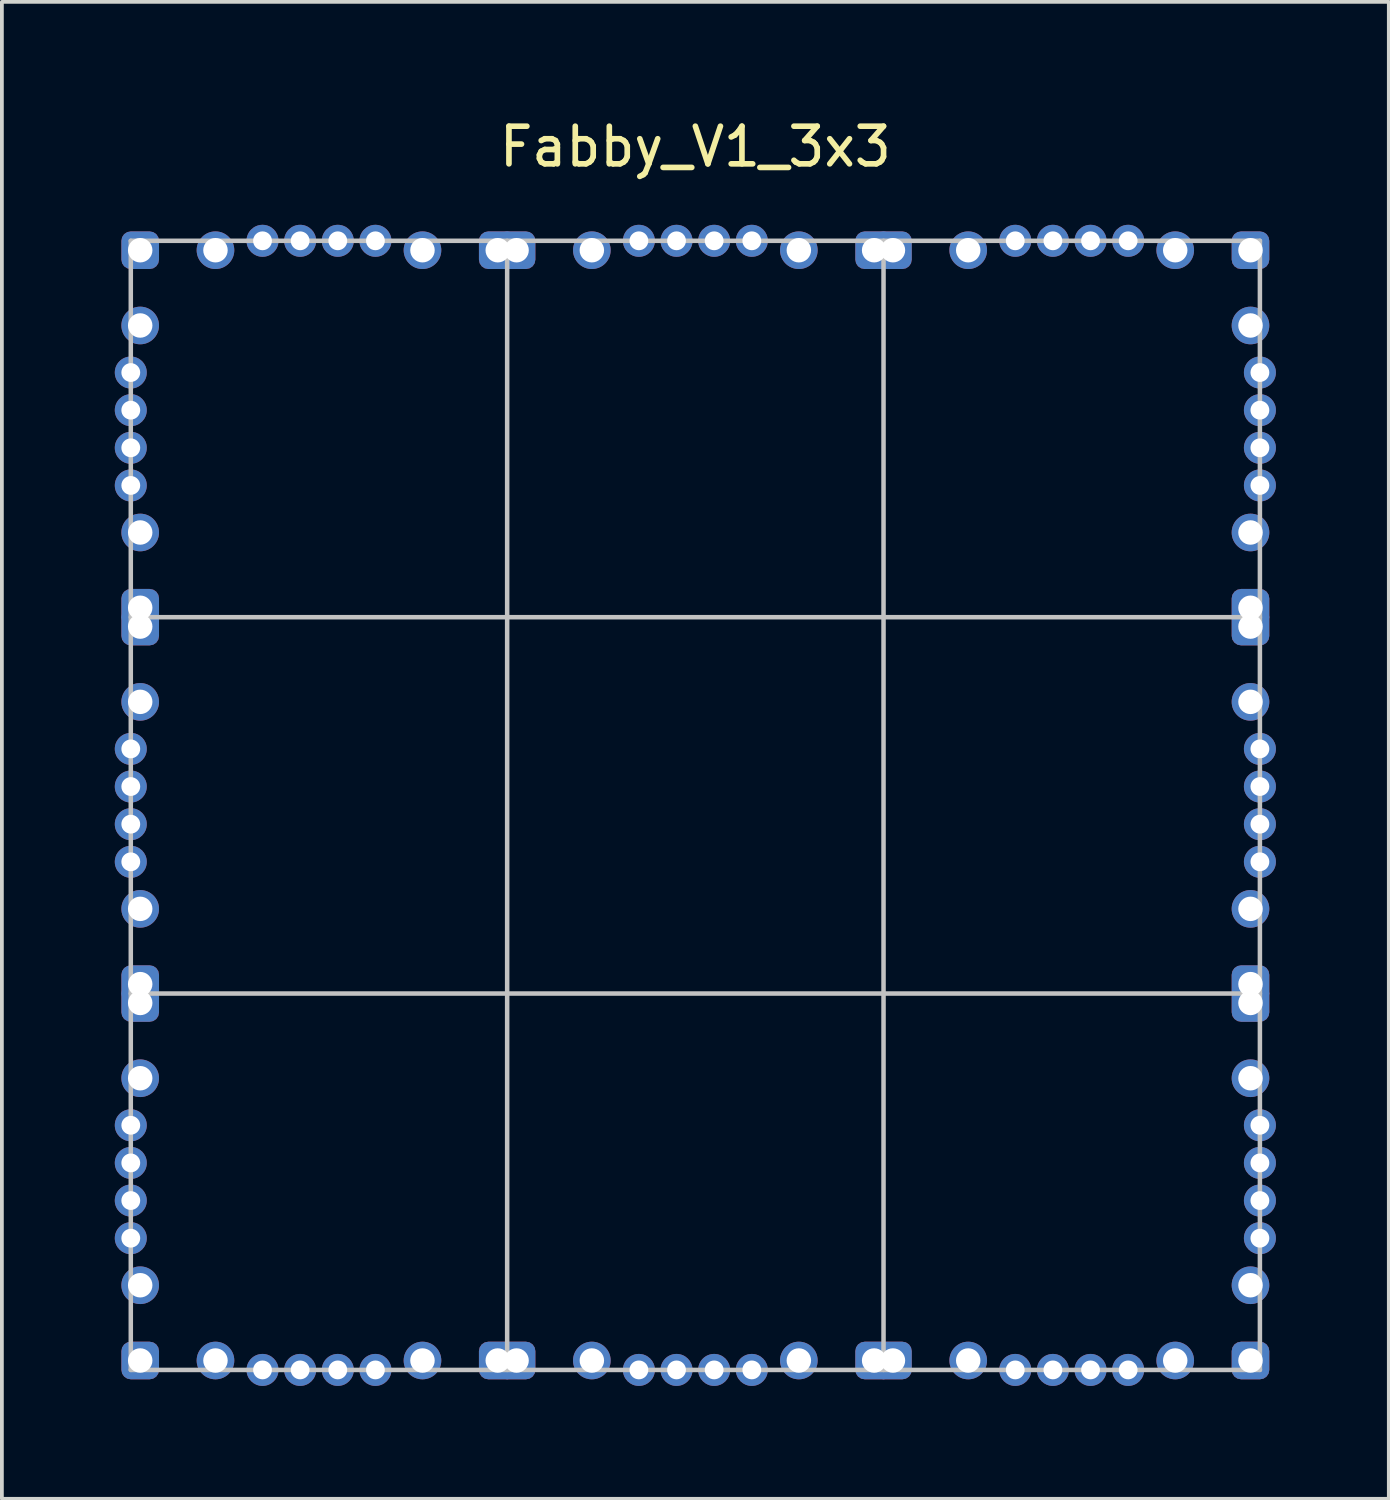
<source format=kicad_pcb>
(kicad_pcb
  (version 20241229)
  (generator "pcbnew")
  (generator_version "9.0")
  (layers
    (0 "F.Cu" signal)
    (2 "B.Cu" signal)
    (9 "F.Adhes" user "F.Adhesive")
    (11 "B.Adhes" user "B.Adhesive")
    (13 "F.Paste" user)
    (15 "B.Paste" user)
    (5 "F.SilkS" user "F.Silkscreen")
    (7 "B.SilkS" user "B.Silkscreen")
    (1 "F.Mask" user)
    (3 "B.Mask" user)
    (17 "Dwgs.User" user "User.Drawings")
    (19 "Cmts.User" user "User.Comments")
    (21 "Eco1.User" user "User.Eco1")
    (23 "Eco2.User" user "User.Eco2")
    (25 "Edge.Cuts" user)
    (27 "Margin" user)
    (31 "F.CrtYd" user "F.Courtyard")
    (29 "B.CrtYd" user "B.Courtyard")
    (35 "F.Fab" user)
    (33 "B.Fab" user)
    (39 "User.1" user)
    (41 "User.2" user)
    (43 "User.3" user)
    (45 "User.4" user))
  (footprint "Fabby_V1_3x3"
    (layer "F.Cu")
    (at 15.425 18.348)
    (property "Reference" "Fabby_V1_3x3" (at 0 -17.5 0) (layer "F.SilkS") (effects (font (size 1 1) (thickness 0.15))))
    (attr through_hole)
    (fp_line (start -15 -15) (end 15 -15) (stroke (width 0.12) (type solid)) (layer "Dwgs.User"))
    (fp_line (start -15 -5) (end 15 -5) (stroke (width 0.12) (type solid)) (layer "Dwgs.User"))
    (fp_line (start -15 5) (end 15 5) (stroke (width 0.12) (type solid)) (layer "Dwgs.User"))
    (fp_line (start -15 15) (end -15 -15) (stroke (width 0.12) (type solid)) (layer "Dwgs.User"))
    (fp_line (start -5 -15) (end -5 15) (stroke (width 0.12) (type solid)) (layer "Dwgs.User"))
    (fp_line (start 5 15) (end 5 -15) (stroke (width 0.12) (type solid)) (layer "Dwgs.User"))
    (fp_line (start 15 -15) (end 15 15) (stroke (width 0.12) (type solid)) (layer "Dwgs.User"))
    (fp_line (start 15 15) (end -15 15) (stroke (width 0.12) (type solid)) (layer "Dwgs.User"))
    (pad "1" thru_hole roundrect (at -14.75 -14.75) (size 1 1) (drill 0.65) (layers "*.Cu" "*.Mask") (roundrect_rratio 0.25))
    (pad "2" thru_hole circle (at -12.75 -14.75) (size 1 1) (drill 0.65) (layers "*.Cu" "*.Mask"))
    (pad "3" thru_hole circle (at -7.25 -14.75 270) (size 1 1) (drill 0.65) (layers "*.Cu" "*.Mask"))
    (pad "4" thru_hole roundrect (at -5.25 -14.75 270) (size 1 1) (drill 0.65) (layers "*.Cu" "*.Mask") (roundrect_rratio 0.25))
    (pad "4" thru_hole roundrect (at -4.75 -14.75) (size 1 1) (drill 0.65) (layers "*.Cu" "*.Mask") (roundrect_rratio 0.25))
    (pad "5" thru_hole circle (at -2.75 -14.75) (size 1 1) (drill 0.65) (layers "*.Cu" "*.Mask"))
    (pad "6" thru_hole circle (at 2.75 -14.75 270) (size 1 1) (drill 0.65) (layers "*.Cu" "*.Mask"))
    (pad "7" thru_hole roundrect (at 4.75 -14.75 270) (size 1 1) (drill 0.65) (layers "*.Cu" "*.Mask") (roundrect_rratio 0.25))
    (pad "7" thru_hole roundrect (at 5.25 -14.75) (size 1 1) (drill 0.65) (layers "*.Cu" "*.Mask") (roundrect_rratio 0.25))
    (pad "8" thru_hole circle (at 7.25 -14.75) (size 1 1) (drill 0.65) (layers "*.Cu" "*.Mask"))
    (pad "9" thru_hole circle (at 12.75 -14.75 270) (size 1 1) (drill 0.65) (layers "*.Cu" "*.Mask"))
    (pad "10" thru_hole roundrect (at 14.75 -14.75 270) (size 1 1) (drill 0.65) (layers "*.Cu" "*.Mask") (roundrect_rratio 0.25))
    (pad "11" thru_hole circle (at 14.75 -12.75 270) (size 1 1) (drill 0.65) (layers "*.Cu" "*.Mask"))
    (pad "12" thru_hole circle (at 14.75 -7.25 90) (size 1 1) (drill 0.65) (layers "*.Cu" "*.Mask"))
    (pad "13" thru_hole roundrect (at 14.75 -5.25 90) (size 1 1) (drill 0.65) (layers "*.Cu" "*.Mask") (roundrect_rratio 0.25))
    (pad "13" thru_hole roundrect (at 14.75 -4.75) (size 1 1) (drill 0.65) (layers "*.Cu" "*.Mask") (roundrect_rratio 0.25))
    (pad "14" thru_hole circle (at 14.75 -2.75) (size 1 1) (drill 0.65) (layers "*.Cu" "*.Mask"))
    (pad "15" thru_hole circle (at 14.75 2.75 90) (size 1 1) (drill 0.65) (layers "*.Cu" "*.Mask"))
    (pad "16" thru_hole roundrect (at 14.75 4.75 90) (size 1 1) (drill 0.65) (layers "*.Cu" "*.Mask") (roundrect_rratio 0.25))
    (pad "16" thru_hole roundrect (at 14.75 5.25) (size 1 1) (drill 0.65) (layers "*.Cu" "*.Mask") (roundrect_rratio 0.25))
    (pad "17" thru_hole circle (at 14.75 7.25) (size 1 1) (drill 0.65) (layers "*.Cu" "*.Mask"))
    (pad "18" thru_hole circle (at 14.75 12.75 180) (size 1 1) (drill 0.65) (layers "*.Cu" "*.Mask"))
    (pad "19" thru_hole roundrect (at 14.75 14.75 180) (size 1 1) (drill 0.65) (layers "*.Cu" "*.Mask") (roundrect_rratio 0.25))
    (pad "20" thru_hole circle (at 12.75 14.75 180) (size 1 1) (drill 0.65) (layers "*.Cu" "*.Mask"))
    (pad "21" thru_hole circle (at 7.25 14.75) (size 1 1) (drill 0.65) (layers "*.Cu" "*.Mask"))
    (pad "22" thru_hole roundrect (at 4.75 14.75 270) (size 1 1) (drill 0.65) (layers "*.Cu" "*.Mask") (roundrect_rratio 0.25))
    (pad "22" thru_hole roundrect (at 5.25 14.75) (size 1 1) (drill 0.65) (layers "*.Cu" "*.Mask") (roundrect_rratio 0.25))
    (pad "23" thru_hole circle (at 2.75 14.75 270) (size 1 1) (drill 0.65) (layers "*.Cu" "*.Mask"))
    (pad "24" thru_hole circle (at -2.75 14.75) (size 1 1) (drill 0.65) (layers "*.Cu" "*.Mask"))
    (pad "25" thru_hole roundrect (at -5.25 14.75 270) (size 1 1) (drill 0.65) (layers "*.Cu" "*.Mask") (roundrect_rratio 0.25))
    (pad "25" thru_hole roundrect (at -4.75 14.75) (size 1 1) (drill 0.65) (layers "*.Cu" "*.Mask") (roundrect_rratio 0.25))
    (pad "26" thru_hole circle (at -7.25 14.75 270) (size 1 1) (drill 0.65) (layers "*.Cu" "*.Mask"))
    (pad "27" thru_hole circle (at -12.75 14.75 90) (size 1 1) (drill 0.65) (layers "*.Cu" "*.Mask"))
    (pad "28" thru_hole roundrect (at -14.75 14.75 90) (size 1 1) (drill 0.65) (layers "*.Cu" "*.Mask") (roundrect_rratio 0.25))
    (pad "29" thru_hole circle (at -14.75 12.75 90) (size 1 1) (drill 0.65) (layers "*.Cu" "*.Mask"))
    (pad "30" thru_hole circle (at -14.75 7.25) (size 1 1) (drill 0.65) (layers "*.Cu" "*.Mask"))
    (pad "31" thru_hole roundrect (at -14.75 4.75 90) (size 1 1) (drill 0.65) (layers "*.Cu" "*.Mask") (roundrect_rratio 0.25))
    (pad "31" thru_hole roundrect (at -14.75 5.25) (size 1 1) (drill 0.65) (layers "*.Cu" "*.Mask") (roundrect_rratio 0.25))
    (pad "32" thru_hole circle (at -14.75 2.75 90) (size 1 1) (drill 0.65) (layers "*.Cu" "*.Mask"))
    (pad "33" thru_hole circle (at -14.75 -2.75) (size 1 1) (drill 0.65) (layers "*.Cu" "*.Mask"))
    (pad "34" thru_hole roundrect (at -14.75 -5.25 90) (size 1 1) (drill 0.65) (layers "*.Cu" "*.Mask") (roundrect_rratio 0.25))
    (pad "34" thru_hole roundrect (at -14.75 -4.75) (size 1 1) (drill 0.65) (layers "*.Cu" "*.Mask") (roundrect_rratio 0.25))
    (pad "35" thru_hole circle (at -14.75 -7.25 90) (size 1 1) (drill 0.65) (layers "*.Cu" "*.Mask"))
    (pad "36" thru_hole circle (at -14.75 -12.75) (size 1 1) (drill 0.65) (layers "*.Cu" "*.Mask"))
    (pad "37" thru_hole circle (at -11.5 -15 90) (size 0.85 0.85) (drill 0.5) (layers "*.Cu" "*.Mask"))
    (pad "38" thru_hole circle (at -10.5 -15 90) (size 0.85 0.85) (drill 0.5) (layers "*.Cu" "*.Mask"))
    (pad "39" thru_hole circle (at -9.5 -15 90) (size 0.85 0.85) (drill 0.5) (layers "*.Cu" "*.Mask"))
    (pad "40" thru_hole circle (at -8.5 -15 90) (size 0.85 0.85) (drill 0.5) (layers "*.Cu" "*.Mask"))
    (pad "41" thru_hole circle (at -1.5 -15 90) (size 0.85 0.85) (drill 0.5) (layers "*.Cu" "*.Mask"))
    (pad "42" thru_hole circle (at -0.5 -15 90) (size 0.85 0.85) (drill 0.5) (layers "*.Cu" "*.Mask"))
    (pad "43" thru_hole circle (at 0.5 -15 90) (size 0.85 0.85) (drill 0.5) (layers "*.Cu" "*.Mask"))
    (pad "44" thru_hole circle (at 1.5 -15 90) (size 0.85 0.85) (drill 0.5) (layers "*.Cu" "*.Mask"))
    (pad "45" thru_hole circle (at 8.5 -15 90) (size 0.85 0.85) (drill 0.5) (layers "*.Cu" "*.Mask"))
    (pad "46" thru_hole circle (at 9.5 -15 90) (size 0.85 0.85) (drill 0.5) (layers "*.Cu" "*.Mask"))
    (pad "47" thru_hole circle (at 10.5 -15 90) (size 0.85 0.85) (drill 0.5) (layers "*.Cu" "*.Mask"))
    (pad "48" thru_hole circle (at 11.5 -15 90) (size 0.85 0.85) (drill 0.5) (layers "*.Cu" "*.Mask"))
    (pad "49" thru_hole circle (at -11.5 15 90) (size 0.85 0.85) (drill 0.5) (layers "*.Cu" "*.Mask"))
    (pad "50" thru_hole circle (at -10.5 15 90) (size 0.85 0.85) (drill 0.5) (layers "*.Cu" "*.Mask"))
    (pad "51" thru_hole circle (at -9.5 15 90) (size 0.85 0.85) (drill 0.5) (layers "*.Cu" "*.Mask"))
    (pad "52" thru_hole circle (at -8.5 15 90) (size 0.85 0.85) (drill 0.5) (layers "*.Cu" "*.Mask"))
    (pad "53" thru_hole circle (at -1.5 15 90) (size 0.85 0.85) (drill 0.5) (layers "*.Cu" "*.Mask"))
    (pad "54" thru_hole circle (at -0.5 15 90) (size 0.85 0.85) (drill 0.5) (layers "*.Cu" "*.Mask"))
    (pad "55" thru_hole circle (at 0.5 15 90) (size 0.85 0.85) (drill 0.5) (layers "*.Cu" "*.Mask"))
    (pad "56" thru_hole circle (at 1.5 15 90) (size 0.85 0.85) (drill 0.5) (layers "*.Cu" "*.Mask"))
    (pad "57" thru_hole circle (at 8.5 15 90) (size 0.85 0.85) (drill 0.5) (layers "*.Cu" "*.Mask"))
    (pad "58" thru_hole circle (at 9.5 15 90) (size 0.85 0.85) (drill 0.5) (layers "*.Cu" "*.Mask"))
    (pad "59" thru_hole circle (at 10.5 15 90) (size 0.85 0.85) (drill 0.5) (layers "*.Cu" "*.Mask"))
    (pad "60" thru_hole circle (at 11.5 15 90) (size 0.85 0.85) (drill 0.5) (layers "*.Cu" "*.Mask"))
    (pad "61" thru_hole circle (at -15 -11.5) (size 0.85 0.85) (drill 0.5) (layers "*.Cu" "*.Mask"))
    (pad "62" thru_hole circle (at -15 -10.5) (size 0.85 0.85) (drill 0.5) (layers "*.Cu" "*.Mask"))
    (pad "63" thru_hole circle (at -15 -9.5) (size 0.85 0.85) (drill 0.5) (layers "*.Cu" "*.Mask"))
    (pad "64" thru_hole circle (at -15 -8.5) (size 0.85 0.85) (drill 0.5) (layers "*.Cu" "*.Mask"))
    (pad "65" thru_hole circle (at -15 -1.5) (size 0.85 0.85) (drill 0.5) (layers "*.Cu" "*.Mask"))
    (pad "66" thru_hole circle (at -15 -0.5) (size 0.85 0.85) (drill 0.5) (layers "*.Cu" "*.Mask"))
    (pad "67" thru_hole circle (at -15 0.5) (size 0.85 0.85) (drill 0.5) (layers "*.Cu" "*.Mask"))
    (pad "68" thru_hole circle (at -15 1.5) (size 0.85 0.85) (drill 0.5) (layers "*.Cu" "*.Mask"))
    (pad "69" thru_hole circle (at -15 8.5) (size 0.85 0.85) (drill 0.5) (layers "*.Cu" "*.Mask"))
    (pad "70" thru_hole circle (at -15 9.5) (size 0.85 0.85) (drill 0.5) (layers "*.Cu" "*.Mask"))
    (pad "71" thru_hole circle (at -15 10.5) (size 0.85 0.85) (drill 0.5) (layers "*.Cu" "*.Mask"))
    (pad "72" thru_hole circle (at -15 11.5) (size 0.85 0.85) (drill 0.5) (layers "*.Cu" "*.Mask"))
    (pad "73" thru_hole circle (at 15 -11.5 270) (size 0.85 0.85) (drill 0.5) (layers "*.Cu" "*.Mask"))
    (pad "74" thru_hole circle (at 15 -10.5 270) (size 0.85 0.85) (drill 0.5) (layers "*.Cu" "*.Mask"))
    (pad "75" thru_hole circle (at 15 -9.5 270) (size 0.85 0.85) (drill 0.5) (layers "*.Cu" "*.Mask"))
    (pad "76" thru_hole circle (at 15 -8.5 270) (size 0.85 0.85) (drill 0.5) (layers "*.Cu" "*.Mask"))
    (pad "77" thru_hole circle (at 15 -1.5 270) (size 0.85 0.85) (drill 0.5) (layers "*.Cu" "*.Mask"))
    (pad "78" thru_hole circle (at 15 -0.5 270) (size 0.85 0.85) (drill 0.5) (layers "*.Cu" "*.Mask"))
    (pad "79" thru_hole circle (at 15 0.5 270) (size 0.85 0.85) (drill 0.5) (layers "*.Cu" "*.Mask"))
    (pad "80" thru_hole circle (at 15 1.5 270) (size 0.85 0.85) (drill 0.5) (layers "*.Cu" "*.Mask"))
    (pad "81" thru_hole circle (at 15 8.5 270) (size 0.85 0.85) (drill 0.5) (layers "*.Cu" "*.Mask"))
    (pad "82" thru_hole circle (at 15 9.5 270) (size 0.85 0.85) (drill 0.5) (layers "*.Cu" "*.Mask"))
    (pad "83" thru_hole circle (at 15 10.5 270) (size 0.85 0.85) (drill 0.5) (layers "*.Cu" "*.Mask"))
    (pad "84" thru_hole circle (at 15 11.5 270) (size 0.85 0.85) (drill 0.5) (layers "*.Cu" "*.Mask")))
  (gr_rect
    (start -3 -3)
    (end 33.85 36.773)
    (stroke (width 0.1) (type default))
    (fill no)
    (layer "Edge.Cuts")))
</source>
